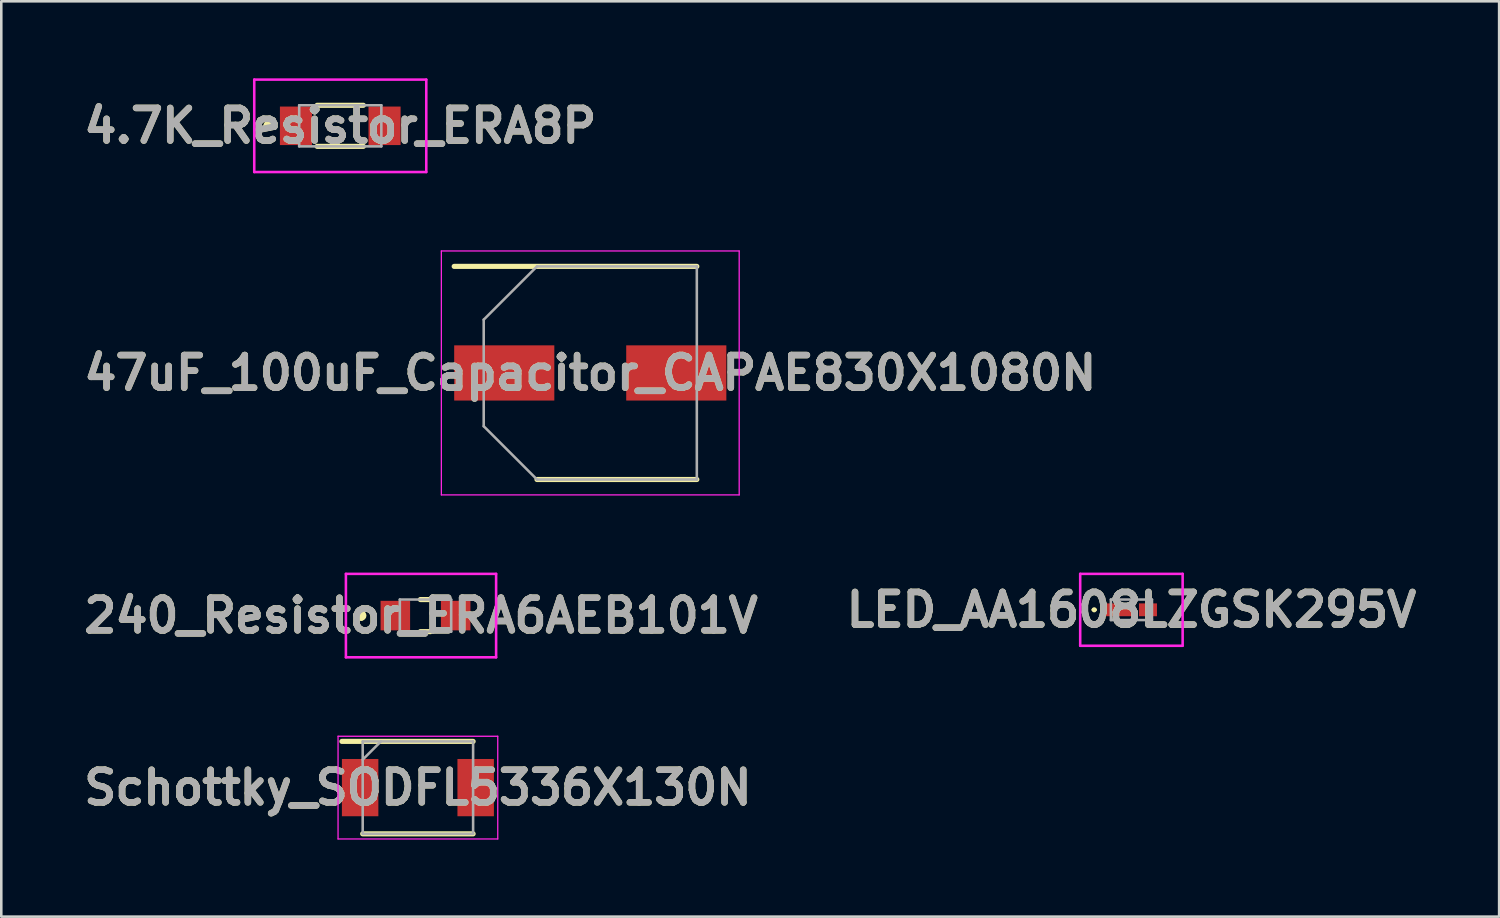
<source format=kicad_pcb>
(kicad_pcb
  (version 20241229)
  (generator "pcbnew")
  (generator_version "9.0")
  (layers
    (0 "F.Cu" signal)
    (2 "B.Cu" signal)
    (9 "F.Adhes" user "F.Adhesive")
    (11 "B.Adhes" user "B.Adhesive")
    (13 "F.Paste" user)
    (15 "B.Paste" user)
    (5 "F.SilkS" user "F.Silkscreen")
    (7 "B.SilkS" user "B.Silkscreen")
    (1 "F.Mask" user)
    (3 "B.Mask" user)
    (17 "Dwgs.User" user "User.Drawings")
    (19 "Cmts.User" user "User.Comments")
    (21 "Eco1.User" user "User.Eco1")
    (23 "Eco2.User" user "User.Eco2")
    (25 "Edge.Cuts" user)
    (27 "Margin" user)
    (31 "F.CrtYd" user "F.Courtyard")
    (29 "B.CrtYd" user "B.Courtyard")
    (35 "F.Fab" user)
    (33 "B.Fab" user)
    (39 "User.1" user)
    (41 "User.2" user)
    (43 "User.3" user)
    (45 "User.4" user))
  (footprint "4.7K_Resistor_ERA8P"
    (layer "F.Cu")
    (at 10.202 1.85)
    (property "Reference" "4.7K_Resistor_ERA8P" (at 0 0 0) (layer "F.SilkS") (effects (font (size 1.27 1.27) (thickness 0.254))))
    (attr smd)
    (fp_line (start -2.8 -0.1) (end -2.8 -0.1) (stroke (width 0.2) (type solid)) (layer "F.SilkS"))
    (fp_line (start -2.8 0.1) (end -2.8 0.1) (stroke (width 0.2) (type solid)) (layer "F.SilkS"))
    (fp_line (start -0.9 -0.8) (end 0.9 -0.8) (stroke (width 0.2) (type solid)) (layer "F.SilkS"))
    (fp_line (start -0.9 0.8) (end 0.9 0.8) (stroke (width 0.2) (type solid)) (layer "F.SilkS"))
    (fp_arc (start -2.8 -0.1) (mid -2.7 0) (end -2.8 0.1) (stroke (width 0.2) (type solid)) (layer "F.SilkS"))
    (fp_arc (start -2.8 0.1) (mid -2.9 0) (end -2.8 -0.1) (stroke (width 0.2) (type solid)) (layer "F.SilkS"))
    (fp_line (start -3.35 -1.8) (end 3.35 -1.8) (stroke (width 0.1) (type solid)) (layer "F.CrtYd"))
    (fp_line (start -3.35 1.8) (end -3.35 -1.8) (stroke (width 0.1) (type solid)) (layer "F.CrtYd"))
    (fp_line (start 3.35 -1.8) (end 3.35 1.8) (stroke (width 0.1) (type solid)) (layer "F.CrtYd"))
    (fp_line (start 3.35 1.8) (end -3.35 1.8) (stroke (width 0.1) (type solid)) (layer "F.CrtYd"))
    (fp_line (start -1.6 -0.8) (end 1.6 -0.8) (stroke (width 0.1) (type solid)) (layer "F.Fab"))
    (fp_line (start -1.6 0.8) (end -1.6 -0.8) (stroke (width 0.1) (type solid)) (layer "F.Fab"))
    (fp_line (start 1.6 -0.8) (end 1.6 0.8) (stroke (width 0.1) (type solid)) (layer "F.Fab"))
    (fp_line (start 1.6 0.8) (end -1.6 0.8) (stroke (width 0.1) (type solid)) (layer "F.Fab"))
    (fp_text user "${REFERENCE}" (at 0 0 0) (layer "F.Fab") (effects (font (size 1.27 1.27) (thickness 0.254))))
    (pad "1" smd rect (at -1.725 0) (size 1.25 1.5) (layers "F.Cu" "F.Mask" "F.Paste"))
    (pad "2" smd rect (at 1.725 0) (size 1.25 1.5) (layers "F.Cu" "F.Mask" "F.Paste")))
  (footprint "LED_AA1608LZGSK295V"
    (layer "F.Cu")
    (at 41.015 20.7)
    (property "Reference" "LED_AA1608LZGSK295V" (at 0 0 0) (layer "F.SilkS") (effects (font (size 1.27 1.27) (thickness 0.254))))
    (attr smd)
    (fp_line (start -1.5 0) (end -1.5 0) (stroke (width 0.1) (type solid)) (layer "F.SilkS"))
    (fp_line (start -1.4 0) (end -1.4 0) (stroke (width 0.1) (type solid)) (layer "F.SilkS"))
    (fp_arc (start -1.5 0) (mid -1.45 -0.05) (end -1.4 0) (stroke (width 0.1) (type solid)) (layer "F.SilkS"))
    (fp_arc (start -1.4 0) (mid -1.45 0.05) (end -1.5 0) (stroke (width 0.1) (type solid)) (layer "F.SilkS"))
    (fp_line (start -1.995 -1.4) (end 1.995 -1.4) (stroke (width 0.1) (type solid)) (layer "F.CrtYd"))
    (fp_line (start -1.995 1.4) (end -1.995 -1.4) (stroke (width 0.1) (type solid)) (layer "F.CrtYd"))
    (fp_line (start 1.995 -1.4) (end 1.995 1.4) (stroke (width 0.1) (type solid)) (layer "F.CrtYd"))
    (fp_line (start 1.995 1.4) (end -1.995 1.4) (stroke (width 0.1) (type solid)) (layer "F.CrtYd"))
    (fp_line (start -0.8 -0.4) (end 0.8 -0.4) (stroke (width 0.1) (type solid)) (layer "F.Fab"))
    (fp_line (start -0.8 0.4) (end -0.8 -0.4) (stroke (width 0.1) (type solid)) (layer "F.Fab"))
    (fp_line (start 0.8 -0.4) (end 0.8 0.4) (stroke (width 0.1) (type solid)) (layer "F.Fab"))
    (fp_line (start 0.8 0.4) (end -0.8 0.4) (stroke (width 0.1) (type solid)) (layer "F.Fab"))
    (fp_text user "${REFERENCE}" (at 0 0 0) (layer "F.Fab") (effects (font (size 1.27 1.27) (thickness 0.254))))
    (pad "1" smd rect (at -0.47 0 90) (size 0.5 1.05) (layers "F.Cu" "F.Mask" "F.Paste"))
    (pad "2" smd rect (at 0.645 0 90) (size 0.5 0.7) (layers "F.Cu" "F.Mask" "F.Paste")))
  (footprint "Schottky_SODFL5336X130N"
    (layer "F.Cu")
    (at 13.226 27.625)
    (property "Reference" "Schottky_SODFL5336X130N" (at 0 0 0) (layer "F.SilkS") (effects (font (size 1.27 1.27) (thickness 0.254))))
    (attr smd)
    (fp_line (start -2.96 -1.8) (end 2.15 -1.8) (stroke (width 0.2) (type solid)) (layer "F.SilkS"))
    (fp_line (start -2.15 1.8) (end 2.15 1.8) (stroke (width 0.2) (type solid)) (layer "F.SilkS"))
    (fp_line (start -3.11 -2) (end 3.11 -2) (stroke (width 0.05) (type solid)) (layer "F.CrtYd"))
    (fp_line (start -3.11 2) (end -3.11 -2) (stroke (width 0.05) (type solid)) (layer "F.CrtYd"))
    (fp_line (start 3.11 -2) (end 3.11 2) (stroke (width 0.05) (type solid)) (layer "F.CrtYd"))
    (fp_line (start 3.11 2) (end -3.11 2) (stroke (width 0.05) (type solid)) (layer "F.CrtYd"))
    (fp_line (start -2.15 -1.8) (end 2.15 -1.8) (stroke (width 0.1) (type solid)) (layer "F.Fab"))
    (fp_line (start -2.15 -1.09) (end -1.44 -1.8) (stroke (width 0.1) (type solid)) (layer "F.Fab"))
    (fp_line (start -2.15 1.8) (end -2.15 -1.8) (stroke (width 0.1) (type solid)) (layer "F.Fab"))
    (fp_line (start 2.15 -1.8) (end 2.15 1.8) (stroke (width 0.1) (type solid)) (layer "F.Fab"))
    (fp_line (start 2.15 1.8) (end -2.15 1.8) (stroke (width 0.1) (type solid)) (layer "F.Fab"))
    (fp_text user "${REFERENCE}" (at 0 0 0) (layer "F.Fab") (effects (font (size 1.27 1.27) (thickness 0.254))))
    (pad "1" smd rect (at -2.25 0) (size 1.42 2.23) (layers "F.Cu" "F.Mask" "F.Paste"))
    (pad "2" smd rect (at 2.25 0) (size 1.42 2.23) (layers "F.Cu" "F.Mask" "F.Paste")))
  (footprint "240_Resistor_ERA6AEB101V"
    (layer "F.Cu")
    (at 13.522 20.925)
    (property "Reference" "240_Resistor_ERA6AEB101V" (at -0.175 0 0) (layer "F.SilkS") (effects (font (size 1.27 1.27) (thickness 0.254))))
    (attr smd)
    (fp_line (start -2.5 -0.1) (end -2.5 -0.1) (stroke (width 0.2) (type solid)) (layer "F.SilkS"))
    (fp_line (start -2.5 0.1) (end -2.5 0.1) (stroke (width 0.2) (type solid)) (layer "F.SilkS"))
    (fp_line (start -0.2 -0.625) (end 0.2 -0.625) (stroke (width 0.2) (type solid)) (layer "F.SilkS"))
    (fp_line (start -0.2 0.625) (end 0.2 0.625) (stroke (width 0.2) (type solid)) (layer "F.SilkS"))
    (fp_arc (start -2.5 -0.1) (mid -2.4 0) (end -2.5 0.1) (stroke (width 0.2) (type solid)) (layer "F.SilkS"))
    (fp_arc (start -2.5 0.1) (mid -2.6 0) (end -2.5 -0.1) (stroke (width 0.2) (type solid)) (layer "F.SilkS"))
    (fp_line (start -3.1 -1.625) (end 2.75 -1.625) (stroke (width 0.1) (type solid)) (layer "F.CrtYd"))
    (fp_line (start -3.1 1.625) (end -3.1 -1.625) (stroke (width 0.1) (type solid)) (layer "F.CrtYd"))
    (fp_line (start 2.75 -1.625) (end 2.75 1.625) (stroke (width 0.1) (type solid)) (layer "F.CrtYd"))
    (fp_line (start 2.75 1.625) (end -3.1 1.625) (stroke (width 0.1) (type solid)) (layer "F.CrtYd"))
    (fp_line (start -1 -0.625) (end 1 -0.625) (stroke (width 0.1) (type solid)) (layer "F.Fab"))
    (fp_line (start -1 0.625) (end -1 -0.625) (stroke (width 0.1) (type solid)) (layer "F.Fab"))
    (fp_line (start 1 -0.625) (end 1 0.625) (stroke (width 0.1) (type solid)) (layer "F.Fab"))
    (fp_line (start 1 0.625) (end -1 0.625) (stroke (width 0.1) (type solid)) (layer "F.Fab"))
    (fp_text user "${REFERENCE}" (at -0.175 0 0) (layer "F.Fab") (effects (font (size 1.27 1.27) (thickness 0.254))))
    (pad "1" smd rect (at -1.175 0) (size 1.15 1.15) (layers "F.Cu" "F.Mask" "F.Paste"))
    (pad "2" smd rect (at 1.175 0) (size 1.15 1.15) (layers "F.Cu" "F.Mask" "F.Paste")))
  (footprint "47uF_100uF_Capacitor_CAPAE830X1080N"
    (layer "F.Cu")
    (at 19.939 11.475)
    (property "Reference" "47uF_100uF_Capacitor_CAPAE830X1080N" (at 0 0 0) (layer "F.SilkS") (effects (font (size 1.27 1.27) (thickness 0.254))))
    (attr smd)
    (fp_line (start -5.3 -4.15) (end 4.15 -4.15) (stroke (width 0.2) (type solid)) (layer "F.SilkS"))
    (fp_line (start -2.075 4.15) (end 4.15 4.15) (stroke (width 0.2) (type solid)) (layer "F.SilkS"))
    (fp_line (start -5.8 -4.75) (end 5.8 -4.75) (stroke (width 0.05) (type solid)) (layer "F.CrtYd"))
    (fp_line (start -5.8 4.75) (end -5.8 -4.75) (stroke (width 0.05) (type solid)) (layer "F.CrtYd"))
    (fp_line (start 5.8 -4.75) (end 5.8 4.75) (stroke (width 0.05) (type solid)) (layer "F.CrtYd"))
    (fp_line (start 5.8 4.75) (end -5.8 4.75) (stroke (width 0.05) (type solid)) (layer "F.CrtYd"))
    (fp_line (start -4.15 -2.075) (end -4.15 2.075) (stroke (width 0.1) (type solid)) (layer "F.Fab"))
    (fp_line (start -4.15 2.075) (end -2.075 4.15) (stroke (width 0.1) (type solid)) (layer "F.Fab"))
    (fp_line (start -2.075 -4.15) (end -4.15 -2.075) (stroke (width 0.1) (type solid)) (layer "F.Fab"))
    (fp_line (start -2.075 4.15) (end 4.15 4.15) (stroke (width 0.1) (type solid)) (layer "F.Fab"))
    (fp_line (start 4.15 -4.15) (end -2.075 -4.15) (stroke (width 0.1) (type solid)) (layer "F.Fab"))
    (fp_line (start 4.15 4.15) (end 4.15 -4.15) (stroke (width 0.1) (type solid)) (layer "F.Fab"))
    (fp_text user "${REFERENCE}" (at 0 0 0) (layer "F.Fab") (effects (font (size 1.27 1.27) (thickness 0.254))))
    (pad "1" smd rect (at -3.35 0 90) (size 2.15 3.9) (layers "F.Cu" "F.Mask" "F.Paste"))
    (pad "2" smd rect (at 3.35 0 90) (size 2.15 3.9) (layers "F.Cu" "F.Mask" "F.Paste")))
  (gr_rect
    (start -3 -3)
    (end 55.336 32.65)
    (stroke (width 0.1) (type default))
    (fill no)
    (layer "Edge.Cuts")))
</source>
